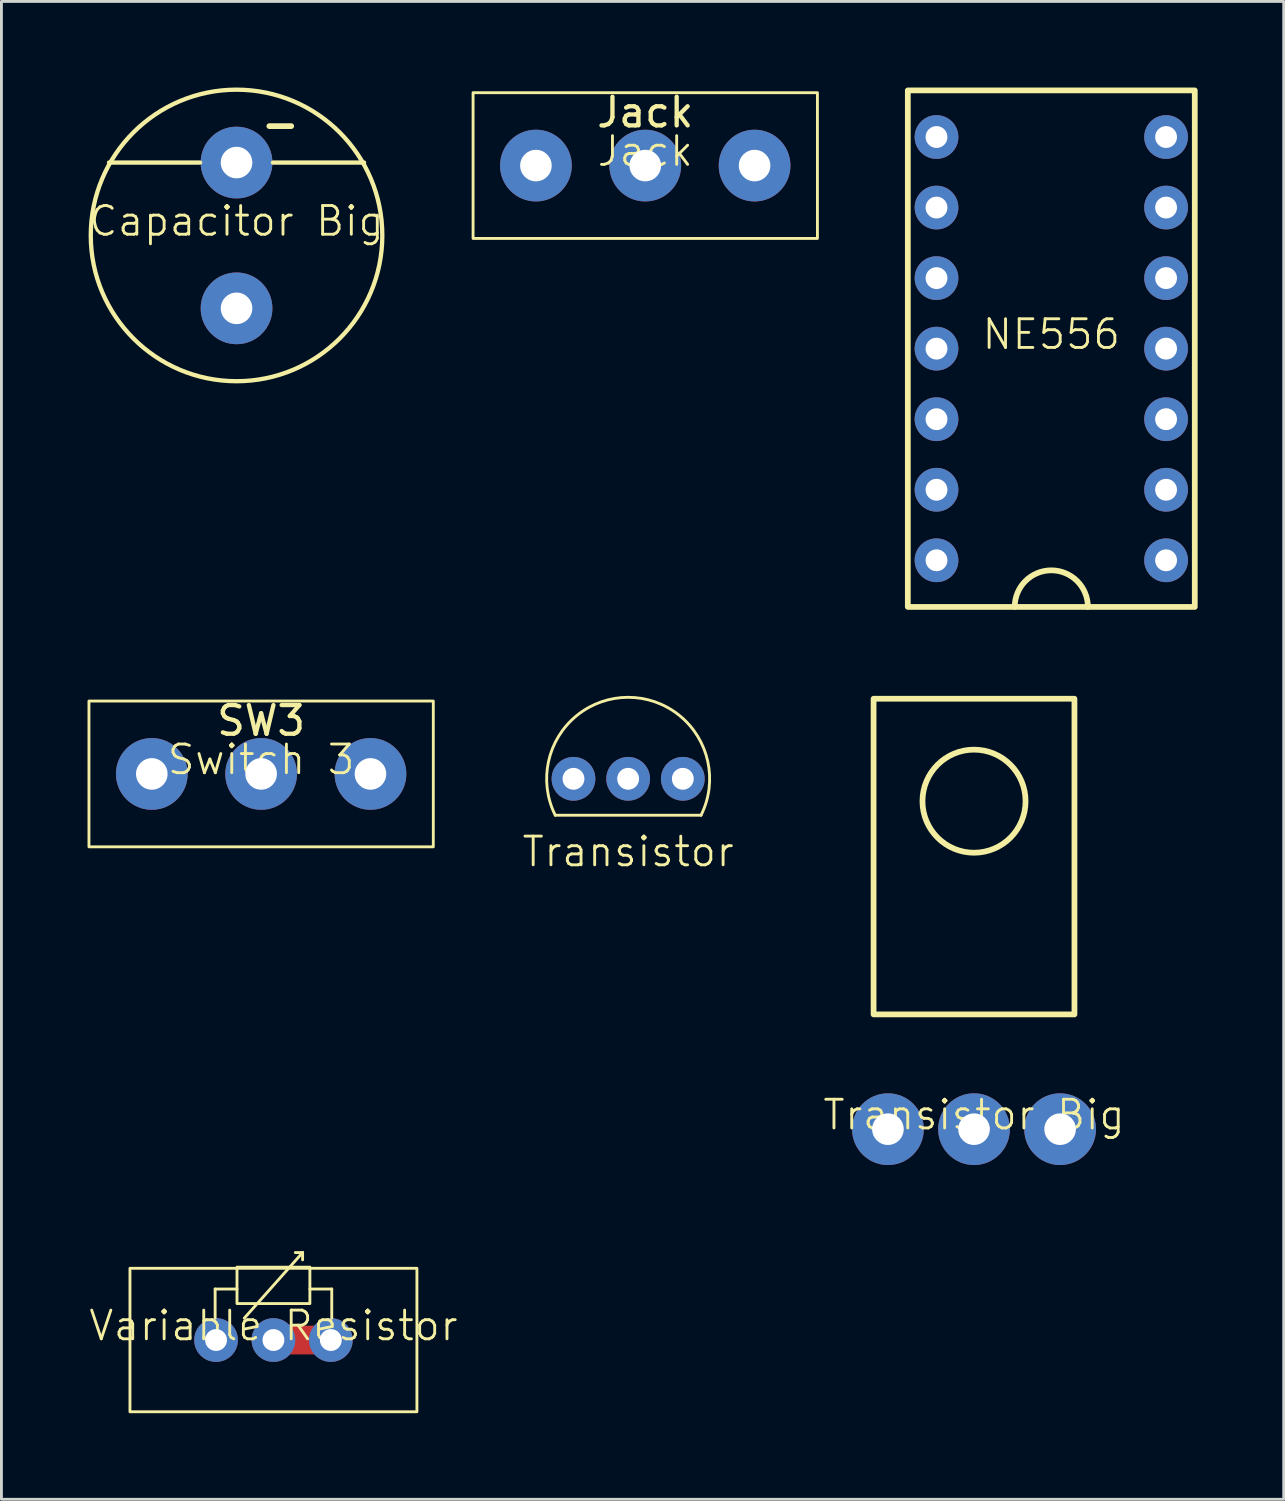
<source format=kicad_pcb>
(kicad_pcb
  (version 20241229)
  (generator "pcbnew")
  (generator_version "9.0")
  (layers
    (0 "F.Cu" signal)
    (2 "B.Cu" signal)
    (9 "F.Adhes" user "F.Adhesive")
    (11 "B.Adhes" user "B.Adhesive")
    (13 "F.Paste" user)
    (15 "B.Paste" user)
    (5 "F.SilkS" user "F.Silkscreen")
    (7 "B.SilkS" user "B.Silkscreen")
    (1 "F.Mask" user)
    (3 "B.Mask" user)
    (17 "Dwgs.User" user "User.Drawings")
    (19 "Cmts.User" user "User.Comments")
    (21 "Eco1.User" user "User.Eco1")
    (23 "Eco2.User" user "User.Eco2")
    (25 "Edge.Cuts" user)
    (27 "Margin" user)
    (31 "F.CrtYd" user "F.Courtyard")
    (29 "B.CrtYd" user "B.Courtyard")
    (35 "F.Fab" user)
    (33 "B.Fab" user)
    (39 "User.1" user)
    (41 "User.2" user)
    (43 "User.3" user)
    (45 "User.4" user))
  (footprint "Switch 3"
    (layer "F.Cu")
    (at 6.05 23.92)
    (property "Reference" "Switch 3" (at 0 -0.5 0) (unlocked yes) (layer "F.SilkS") (effects (font (size 1 1) (thickness 0.1))))
    (attr through_hole)
    (fp_rect (start -6 -2.54) (end 6 2.54) (stroke (width 0.1) (type default)) (fill no) (layer "F.SilkS"))
    (fp_text user "SW3" (at 0 -1.27 0) (unlocked yes) (layer "F.SilkS") (effects (font (size 1 1) (thickness 0.15)) (justify bottom)))
    (pad "1" thru_hole circle (at -3.81 0) (size 2.5 2.5) (drill 1.1) (layers "*.Cu" "*.Mask"))
    (pad "2" thru_hole circle (at 0 0) (size 2.5 2.5) (drill 1.1) (layers "*.Cu" "*.Mask"))
    (pad "3" thru_hole circle (at 3.81 0) (size 2.5 2.5) (drill 1.1) (layers "*.Cu" "*.Mask")))
  (footprint "Transistor"
    (layer "F.Cu")
    (at 18.84 24.09)
    (property "Reference" "Transistor" (at 0 2.54 0) (unlocked yes) (layer "F.SilkS") (effects (font (size 1 1) (thickness 0.1))))
    (attr through_hole)
    (fp_line (start -2.54 1.27) (end 2.54 1.27) (stroke (width 0.1) (type default)) (layer "F.SilkS"))
    (fp_arc (start -2.539999 1.269999) (mid 0 -2.839805) (end 2.539999 1.269999) (stroke (width 0.1) (type default)) (layer "F.SilkS"))
    (pad "1" thru_hole circle (at -1.905 0) (size 1.524 1.524) (drill 0.762) (layers "*.Cu" "*.Mask"))
    (pad "2" thru_hole circle (at 0 0) (size 1.524 1.524) (drill 0.762) (layers "*.Cu" "*.Mask"))
    (pad "3" thru_hole circle (at 1.905 0) (size 1.524 1.524) (drill 0.762) (layers "*.Cu" "*.Mask")))
  (footprint "NE556"
    (layer "F.Cu")
    (at 33.586 9.1)
    (property "Reference" "NE556" (at 0 -0.5 0) (unlocked yes) (layer "F.SilkS") (effects (font (size 1 1) (thickness 0.1))))
    (attr through_hole)
    (fp_rect (start -5 -9) (end 5 9) (stroke (width 0.2) (type solid)) (fill no) (layer "F.SilkS"))
    (fp_arc (start -1.274754 9) (mid 0 7.725246) (end 1.274754 9) (stroke (width 0.2) (type default)) (layer "F.SilkS"))
    (pad "1" thru_hole circle (at 4 7.375) (size 1.524 1.524) (drill 0.762) (layers "*.Cu" "*.Mask"))
    (pad "2" thru_hole circle (at 4 4.917) (size 1.524 1.524) (drill 0.762) (layers "*.Cu" "*.Mask"))
    (pad "3" thru_hole circle (at 4 2.458) (size 1.524 1.524) (drill 0.762) (layers "*.Cu" "*.Mask"))
    (pad "4" thru_hole circle (at 4 0) (size 1.524 1.524) (drill 0.762) (layers "*.Cu" "*.Mask"))
    (pad "5" thru_hole circle (at 4 -2.458) (size 1.524 1.524) (drill 0.762) (layers "*.Cu" "*.Mask"))
    (pad "6" thru_hole circle (at 4 -4.917) (size 1.524 1.524) (drill 0.762) (layers "*.Cu" "*.Mask"))
    (pad "7" thru_hole circle (at 4 -7.375) (size 1.524 1.524) (drill 0.762) (layers "*.Cu" "*.Mask"))
    (pad "8" thru_hole circle (at -4 -7.375) (size 1.524 1.524) (drill 0.762) (layers "*.Cu" "*.Mask"))
    (pad "9" thru_hole circle (at -4 -4.917) (size 1.524 1.524) (drill 0.762) (layers "*.Cu" "*.Mask"))
    (pad "10" thru_hole circle (at -4 -2.458) (size 1.524 1.524) (drill 0.762) (layers "*.Cu" "*.Mask"))
    (pad "11" thru_hole circle (at -4 0) (size 1.524 1.524) (drill 0.762) (layers "*.Cu" "*.Mask"))
    (pad "12" thru_hole circle (at -4 2.458) (size 1.524 1.524) (drill 0.762) (layers "*.Cu" "*.Mask"))
    (pad "13" thru_hole circle (at -4 4.917) (size 1.524 1.524) (drill 0.762) (layers "*.Cu" "*.Mask"))
    (pad "14" thru_hole circle (at -4 7.375) (size 1.524 1.524) (drill 0.762) (layers "*.Cu" "*.Mask")))
  (footprint "Capacitor Big"
    (layer "F.Cu")
    (at 5.193 5.155)
    (property "Reference" "Capacitor Big" (at 0 -0.5 0) (unlocked yes) (layer "F.SilkS") (effects (font (size 1 1) (thickness 0.1))))
    (attr through_hole)
    (fp_line (start -4.445 -2.54) (end -1.27 -2.54) (stroke (width 0.15) (type default)) (layer "F.SilkS"))
    (fp_line (start 1.143 -3.81) (end 1.905 -3.81) (stroke (width 0.2) (type default)) (layer "F.SilkS"))
    (fp_line (start 1.27 -2.54) (end 4.445 -2.54) (stroke (width 0.15) (type default)) (layer "F.SilkS"))
    (fp_circle (center 0 0) (end 5.08 0) (stroke (width 0.15) (type default)) (fill no) (layer "F.SilkS"))
    (pad "1" thru_hole circle (at 0 -2.54) (size 2.5 2.5) (drill 1.1) (layers "*.Cu" "*.Mask"))
    (pad "2" thru_hole circle (at 0 2.54) (size 2.5 2.5) (drill 1.1) (layers "*.Cu" "*.Mask")))
  (footprint "Variable Resistor"
    (layer "F.Cu")
    (at 6.479 43.648)
    (property "Reference" "Variable Resistor" (at 0 -0.5 0) (unlocked yes) (layer "F.SilkS") (effects (font (size 1 1) (thickness 0.1))))
    (attr through_hole)
    (fp_line (start 0.508 0) (end 1.524 0) (stroke (width 1) (type default)) (layer "F.Cu"))
    (fp_line (start -2.032 -1.778) (end -1.27 -1.778) (stroke (width 0.1) (type default)) (layer "F.SilkS"))
    (fp_line (start -2.032 -0.762) (end -2.032 -1.778) (stroke (width 0.1) (type default)) (layer "F.SilkS"))
    (fp_line (start -1.016 -0.762) (end 1.016 -3.048) (stroke (width 0.1) (type default)) (layer "F.SilkS"))
    (fp_line (start 1.016 -3.048) (end 0.762 -3.048) (stroke (width 0.1) (type default)) (layer "F.SilkS"))
    (fp_line (start 1.016 -3.048) (end 1.016 -2.794) (stroke (width 0.1) (type default)) (layer "F.SilkS"))
    (fp_line (start 2.032 -1.778) (end 1.27 -1.778) (stroke (width 0.1) (type default)) (layer "F.SilkS"))
    (fp_line (start 2.032 -0.762) (end 2.032 -1.778) (stroke (width 0.1) (type default)) (layer "F.SilkS"))
    (fp_rect (start -5 -2.5) (end 5 2.5) (stroke (width 0.1) (type default)) (fill no) (layer "F.SilkS"))
    (fp_rect (start -1.27 -2.54) (end 1.27 -1.27) (stroke (width 0.1) (type default)) (fill no) (layer "F.SilkS"))
    (pad "1" thru_hole circle (at -2 0) (size 1.524 1.524) (drill 0.762) (layers "*.Cu" "*.Mask"))
    (pad "2" thru_hole circle (at 0 0) (size 1.524 1.524) (drill 0.762) (layers "*.Cu" "*.Mask"))
    (pad "3" thru_hole circle (at 2 0) (size 1.524 1.524) (drill 0.762) (layers "*.Cu" "*.Mask")))
  (footprint "Transistor Big"
    (layer "F.Cu")
    (at 30.893 36.3)
    (property "Reference" "Transistor Big" (at 0 -0.5 0) (unlocked yes) (layer "F.SilkS") (effects (font (size 1 1) (thickness 0.1))))
    (attr through_hole)
    (fp_rect (start -3.5 -15) (end 3.5 -4) (stroke (width 0.2) (type default)) (fill no) (layer "F.SilkS"))
    (fp_circle (center 0 -11.43) (end 1.27 -10.16) (stroke (width 0.2) (type default)) (fill no) (layer "F.SilkS"))
    (pad "1" thru_hole circle (at -3 0) (size 2.5 2.5) (drill 1.1) (layers "*.Cu" "*.Mask"))
    (pad "2" thru_hole circle (at 0 0) (size 2.5 2.5) (drill 1.1) (layers "*.Cu" "*.Mask"))
    (pad "3" thru_hole circle (at 3 0) (size 2.5 2.5) (drill 1.1) (layers "*.Cu" "*.Mask")))
  (footprint "Jack"
    (layer "F.Cu")
    (at 19.436 2.72)
    (property "Reference" "Jack" (at 0 -0.5 0) (unlocked yes) (layer "F.SilkS") (effects (font (size 1 1) (thickness 0.1))))
    (attr through_hole)
    (fp_rect (start -6 -2.54) (end 6 2.54) (stroke (width 0.1) (type default)) (fill no) (layer "F.SilkS"))
    (fp_text user "Jack" (at 0 -1.27 0) (unlocked yes) (layer "F.SilkS") (effects (font (size 1 1) (thickness 0.15)) (justify bottom)))
    (pad "1" thru_hole circle (at -3.81 0) (size 2.5 2.5) (drill 1.1) (layers "*.Cu" "*.Mask"))
    (pad "2" thru_hole circle (at 0 0) (size 2.5 2.5) (drill 1.1) (layers "*.Cu" "*.Mask"))
    (pad "3" thru_hole circle (at 3.81 0) (size 2.5 2.5) (drill 1.1) (layers "*.Cu" "*.Mask")))
  (gr_rect
    (start -3 -3)
    (end 41.686 49.198)
    (stroke (width 0.1) (type default))
    (fill no)
    (layer "Edge.Cuts")))
</source>
